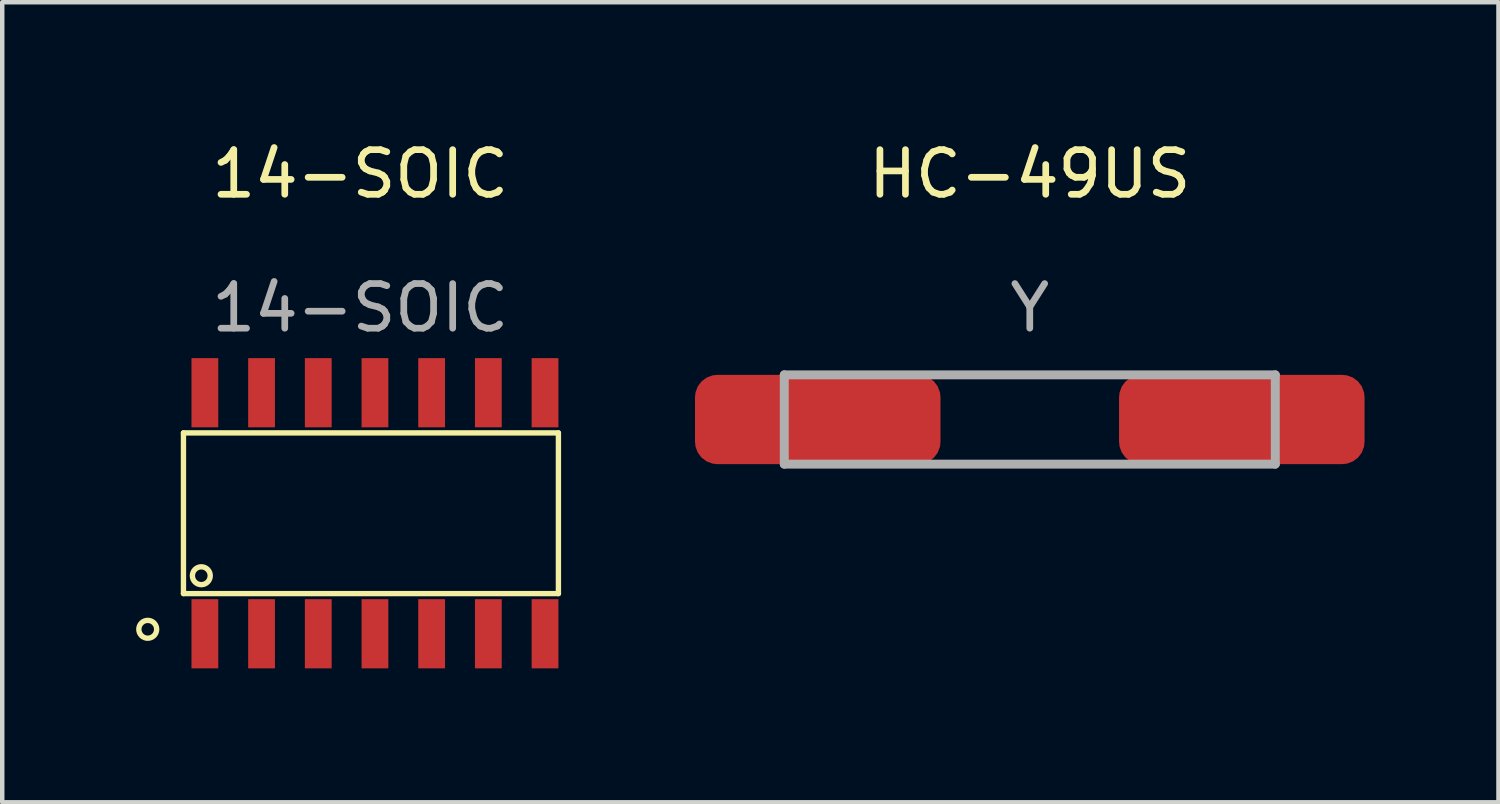
<source format=kicad_pcb>
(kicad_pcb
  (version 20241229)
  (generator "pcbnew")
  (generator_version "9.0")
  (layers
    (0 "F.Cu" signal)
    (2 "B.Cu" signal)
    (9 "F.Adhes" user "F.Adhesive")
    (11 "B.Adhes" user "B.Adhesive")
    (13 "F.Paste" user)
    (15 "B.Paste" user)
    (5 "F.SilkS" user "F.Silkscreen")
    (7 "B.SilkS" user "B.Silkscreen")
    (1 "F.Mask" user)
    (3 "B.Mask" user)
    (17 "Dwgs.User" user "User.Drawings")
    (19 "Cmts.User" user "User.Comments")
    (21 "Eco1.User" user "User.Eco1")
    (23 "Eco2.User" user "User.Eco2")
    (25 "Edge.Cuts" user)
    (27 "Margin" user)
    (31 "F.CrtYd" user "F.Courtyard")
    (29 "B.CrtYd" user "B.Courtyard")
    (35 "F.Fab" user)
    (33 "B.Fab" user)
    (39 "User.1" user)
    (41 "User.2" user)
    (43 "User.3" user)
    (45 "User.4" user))
  (footprint "14-SOIC"
    (layer "F.Cu")
    (at 5.02 1.348)
    (property "Reference" "14-SOIC" (at 0 -0.5 0) (unlocked yes) (layer "F.SilkS") (effects (font (size 1 1) (thickness 0.15))))
    (attr smd)
    (fp_line (start -3.96 5.3) (end -3.96 8.9) (stroke (width 0.12) (type solid)) (layer "F.SilkS"))
    (fp_line (start -3.96 8.9) (end 4.44 8.9) (stroke (width 0.12) (type solid)) (layer "F.SilkS"))
    (fp_line (start 4.44 5.3) (end -3.96 5.3) (stroke (width 0.12) (type solid)) (layer "F.SilkS"))
    (fp_line (start 4.44 8.9) (end 4.44 5.3) (stroke (width 0.12) (type solid)) (layer "F.SilkS"))
    (fp_circle (center -4.76 9.7) (end -4.56 9.7) (stroke (width 0.12) (type solid)) (fill no) (layer "F.SilkS"))
    (fp_circle (center -3.56 8.5) (end -3.56 8.7) (stroke (width 0.12) (type solid)) (fill no) (layer "F.SilkS"))
    (fp_text user "${REFERENCE}" (at 0 2.5 0) (unlocked yes) (layer "F.Fab") (effects (font (size 1 1) (thickness 0.15))))
    (pad "1" smd rect (at -3.48 9.8 180) (size 0.6 1.55) (layers "F.Cu" "F.Mask" "F.Paste"))
    (pad "2" smd rect (at -2.21 9.8 180) (size 0.6 1.55) (layers "F.Cu" "F.Mask" "F.Paste"))
    (pad "3" smd rect (at -0.94 9.8 180) (size 0.6 1.55) (layers "F.Cu" "F.Mask" "F.Paste"))
    (pad "4" smd rect (at 0.33 9.8 180) (size 0.6 1.55) (layers "F.Cu" "F.Mask" "F.Paste"))
    (pad "5" smd rect (at 1.6 9.8 180) (size 0.6 1.55) (layers "F.Cu" "F.Mask" "F.Paste"))
    (pad "6" smd rect (at 2.87 9.8 180) (size 0.6 1.55) (layers "F.Cu" "F.Mask" "F.Paste"))
    (pad "7" smd rect (at 4.14 9.8 180) (size 0.6 1.55) (layers "F.Cu" "F.Mask" "F.Paste"))
    (pad "8" smd rect (at 4.14 4.4 180) (size 0.6 1.55) (layers "F.Cu" "F.Mask" "F.Paste"))
    (pad "9" smd rect (at 2.87 4.4 180) (size 0.6 1.55) (layers "F.Cu" "F.Mask" "F.Paste"))
    (pad "10" smd rect (at 1.6 4.4 180) (size 0.6 1.55) (layers "F.Cu" "F.Mask" "F.Paste"))
    (pad "11" smd rect (at 0.33 4.4 180) (size 0.6 1.55) (layers "F.Cu" "F.Mask" "F.Paste"))
    (pad "12" smd rect (at -0.94 4.4 180) (size 0.6 1.55) (layers "F.Cu" "F.Mask" "F.Paste"))
    (pad "13" smd rect (at -2.21 4.4 180) (size 0.6 1.55) (layers "F.Cu" "F.Mask" "F.Paste"))
    (pad "14" smd rect (at -3.48 4.4 180) (size 0.6 1.55) (layers "F.Cu" "F.Mask" "F.Paste")))
  (footprint "HC-49US"
    (layer "F.Cu")
    (at 20.02 1.348)
    (property "Reference" "HC-49US" (at 0 -0.5 0) (unlocked yes) (layer "F.SilkS") (effects (font (size 1 1) (thickness 0.15))))
    (attr smd)
    (fp_line (start -5.5 4) (end -5.5 6) (stroke (width 0.2) (type solid)) (layer "F.Fab"))
    (fp_line (start -5.5 6) (end 5.5 6) (stroke (width 0.2) (type solid)) (layer "F.Fab"))
    (fp_line (start 5.5 4) (end -5.5 4) (stroke (width 0.2) (type solid)) (layer "F.Fab"))
    (fp_line (start 5.5 6) (end 5.5 4) (stroke (width 0.2) (type solid)) (layer "F.Fab"))
    (fp_arc (start 0 -1) (mid 0 -1) (end 0 -1) (stroke (width 0.12) (type solid)) (layer "User.9"))
    (fp_text user "Y" (at 0 2.5 0) (unlocked yes) (layer "F.Fab") (effects (font (size 1 1) (thickness 0.15))))
    (pad "1" smd roundrect (at -4.75 5) (size 5.5 2) (layers "F.Cu" "F.Mask" "F.Paste") (roundrect_rratio 0.25))
    (pad "2" smd roundrect (at 4.75 5) (size 5.5 2) (layers "F.Cu" "F.Mask" "F.Paste") (roundrect_rratio 0.25)))
  (gr_rect
    (start -3 -3)
    (end 30.52 14.923)
    (stroke (width 0.1) (type default))
    (fill no)
    (layer "Edge.Cuts")))
</source>
